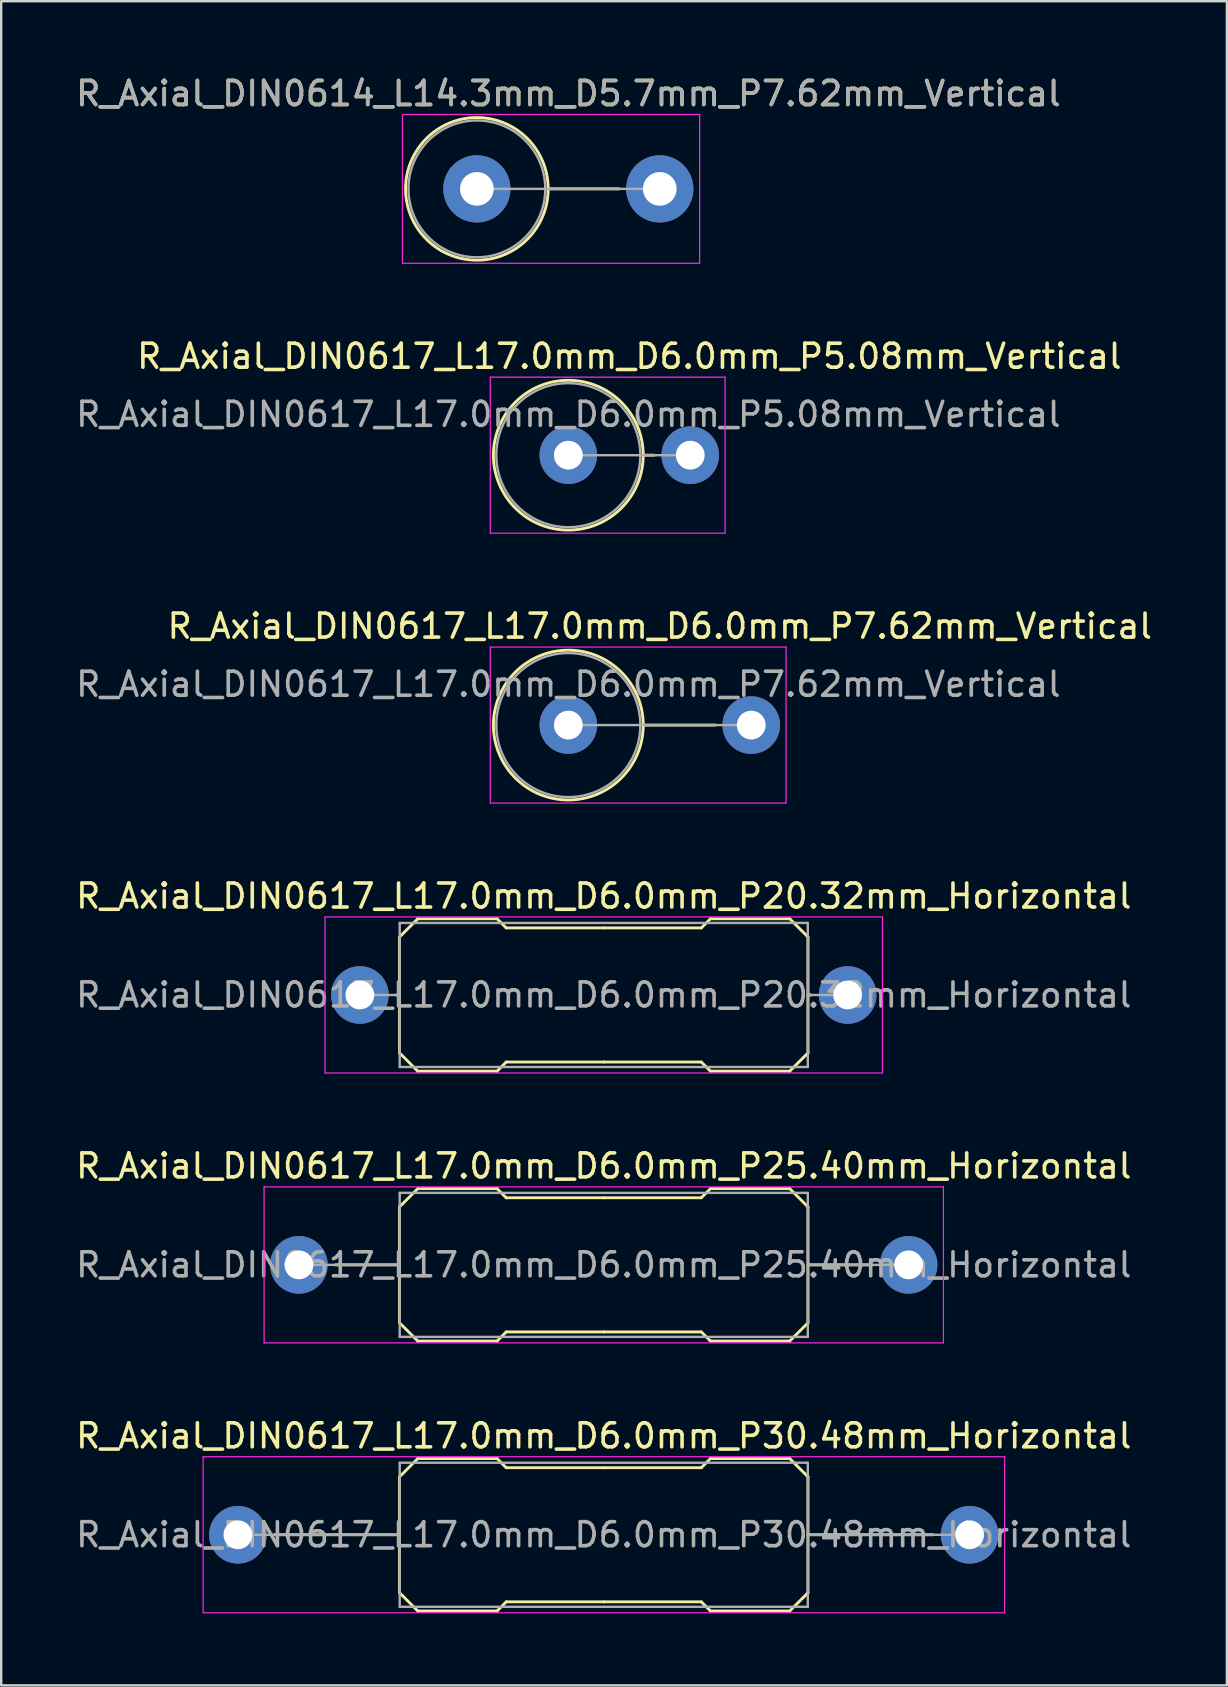
<source format=kicad_pcb>
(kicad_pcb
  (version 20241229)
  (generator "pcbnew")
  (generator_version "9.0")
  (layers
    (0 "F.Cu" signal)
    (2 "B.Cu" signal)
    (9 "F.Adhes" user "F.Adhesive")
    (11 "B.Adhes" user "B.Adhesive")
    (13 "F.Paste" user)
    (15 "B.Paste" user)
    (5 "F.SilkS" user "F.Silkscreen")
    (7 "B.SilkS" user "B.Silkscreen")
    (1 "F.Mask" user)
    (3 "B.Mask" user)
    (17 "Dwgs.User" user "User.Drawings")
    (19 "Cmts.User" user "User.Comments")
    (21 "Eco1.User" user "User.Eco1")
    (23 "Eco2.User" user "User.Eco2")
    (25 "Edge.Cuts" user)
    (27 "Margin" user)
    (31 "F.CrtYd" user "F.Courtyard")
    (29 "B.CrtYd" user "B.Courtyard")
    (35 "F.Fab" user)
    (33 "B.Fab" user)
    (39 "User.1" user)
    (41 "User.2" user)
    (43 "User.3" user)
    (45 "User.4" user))
  (footprint "R_Axial_DIN0614_L14.3mm_D5.7mm_P7.62mm_Vertical"
    (layer "F.Cu")
    (at 16.815 4.818)
    (property "Reference" "R_Axial_DIN0614_L14.3mm_D5.7mm_P7.62mm_Vertical" (at 3.81 -3.97 0) (layer "F.SilkS") (effects (font (size 1 1) (thickness 0.15))))
    (attr through_hole)
    (fp_line (start 2.97 0) (end 5.92 0) (stroke (width 0.12) (type solid)) (layer "F.SilkS"))
    (fp_circle (center 0 0) (end 2.97 0) (stroke (width 0.12) (type solid)) (fill no) (layer "F.SilkS"))
    (fp_line (start -3.1 -3.1) (end -3.1 3.1) (stroke (width 0.05) (type solid)) (layer "F.CrtYd"))
    (fp_line (start -3.1 3.1) (end 9.28 3.1) (stroke (width 0.05) (type solid)) (layer "F.CrtYd"))
    (fp_line (start 9.28 -3.1) (end -3.1 -3.1) (stroke (width 0.05) (type solid)) (layer "F.CrtYd"))
    (fp_line (start 9.28 3.1) (end 9.28 -3.1) (stroke (width 0.05) (type solid)) (layer "F.CrtYd"))
    (fp_line (start 0 0) (end 7.62 0) (stroke (width 0.1) (type solid)) (layer "F.Fab"))
    (fp_circle (center 0 0) (end 2.85 0) (stroke (width 0.1) (type solid)) (fill no) (layer "F.Fab"))
    (fp_text user "${REFERENCE}" (at 3.81 -3.97 0) (layer "F.Fab") (effects (font (size 1 1) (thickness 0.15))))
    (pad "1" thru_hole circle (at 0 0) (size 2.8 2.8) (drill 1.4) (layers "*.Cu" "*.Mask"))
    (pad "2" thru_hole oval (at 7.62 0) (size 2.8 2.8) (drill 1.4) (layers "*.Cu" "*.Mask")))
  (footprint "R_Axial_DIN0617_L17.0mm_D6.0mm_P20.32mm_Horizontal"
    (layer "F.Cu")
    (at 11.941 38.398)
    (property "Reference" "R_Axial_DIN0617_L17.0mm_D6.0mm_P20.32mm_Horizontal" (at 10.16 -4.12 0) (layer "F.SilkS") (effects (font (size 1 1) (thickness 0.15))))
    (attr through_hole)
    (fp_line (start 1.651 -2.413) (end 1.651 2.413) (stroke (width 0.12) (type solid)) (layer "F.SilkS"))
    (fp_line (start 1.651 -2.413) (end 2.413 -3.175) (stroke (width 0.12) (type solid)) (layer "F.SilkS"))
    (fp_line (start 1.651 0) (end 1.524 0) (stroke (width 0.12) (type solid)) (layer "F.SilkS"))
    (fp_line (start 1.651 2.413) (end 2.413 3.175) (stroke (width 0.12) (type solid)) (layer "F.SilkS"))
    (fp_line (start 2.413 -3.175) (end 5.715 -3.175) (stroke (width 0.12) (type solid)) (layer "F.SilkS"))
    (fp_line (start 2.413 3.175) (end 5.715 3.175) (stroke (width 0.12) (type solid)) (layer "F.SilkS"))
    (fp_line (start 5.715 -3.175) (end 6.096 -2.794) (stroke (width 0.12) (type solid)) (layer "F.SilkS"))
    (fp_line (start 5.715 3.175) (end 6.096 2.794) (stroke (width 0.12) (type solid)) (layer "F.SilkS"))
    (fp_line (start 6.096 -2.794) (end 10.16 -2.794) (stroke (width 0.12) (type solid)) (layer "F.SilkS"))
    (fp_line (start 6.096 2.794) (end 10.16 2.794) (stroke (width 0.12) (type solid)) (layer "F.SilkS"))
    (fp_line (start 14.224 -2.794) (end 10.16 -2.794) (stroke (width 0.12) (type solid)) (layer "F.SilkS"))
    (fp_line (start 14.224 2.794) (end 10.16 2.794) (stroke (width 0.12) (type solid)) (layer "F.SilkS"))
    (fp_line (start 14.605 -3.175) (end 14.224 -2.794) (stroke (width 0.12) (type solid)) (layer "F.SilkS"))
    (fp_line (start 14.605 3.175) (end 14.224 2.794) (stroke (width 0.12) (type solid)) (layer "F.SilkS"))
    (fp_line (start 17.907 -3.175) (end 14.605 -3.175) (stroke (width 0.12) (type solid)) (layer "F.SilkS"))
    (fp_line (start 17.907 3.175) (end 14.605 3.175) (stroke (width 0.12) (type solid)) (layer "F.SilkS"))
    (fp_line (start 18.669 -2.413) (end 17.907 -3.175) (stroke (width 0.12) (type solid)) (layer "F.SilkS"))
    (fp_line (start 18.669 0) (end 18.796 0) (stroke (width 0.12) (type solid)) (layer "F.SilkS"))
    (fp_line (start 18.669 2.413) (end 17.907 3.175) (stroke (width 0.12) (type solid)) (layer "F.SilkS"))
    (fp_line (start 18.669 2.413) (end 18.669 -2.413) (stroke (width 0.12) (type solid)) (layer "F.SilkS"))
    (fp_line (start -1.45 -3.25) (end -1.45 3.25) (stroke (width 0.05) (type solid)) (layer "F.CrtYd"))
    (fp_line (start -1.45 3.25) (end 21.77 3.25) (stroke (width 0.05) (type solid)) (layer "F.CrtYd"))
    (fp_line (start 21.77 -3.25) (end -1.45 -3.25) (stroke (width 0.05) (type solid)) (layer "F.CrtYd"))
    (fp_line (start 21.77 3.25) (end 21.77 -3.25) (stroke (width 0.05) (type solid)) (layer "F.CrtYd"))
    (fp_line (start 0 0) (end 1.66 0) (stroke (width 0.1) (type solid)) (layer "F.Fab"))
    (fp_line (start 1.66 -3) (end 1.66 3) (stroke (width 0.1) (type solid)) (layer "F.Fab"))
    (fp_line (start 1.66 3) (end 18.66 3) (stroke (width 0.1) (type solid)) (layer "F.Fab"))
    (fp_line (start 18.66 -3) (end 1.66 -3) (stroke (width 0.1) (type solid)) (layer "F.Fab"))
    (fp_line (start 18.66 3) (end 18.66 -3) (stroke (width 0.1) (type solid)) (layer "F.Fab"))
    (fp_line (start 20.32 0) (end 18.66 0) (stroke (width 0.1) (type solid)) (layer "F.Fab"))
    (fp_text user "${REFERENCE}" (at 10.16 0 0) (layer "F.Fab") (effects (font (size 1 1) (thickness 0.15))))
    (pad "1" thru_hole circle (at 0 0) (size 2.4 2.4) (drill 1.2) (layers "*.Cu" "*.Mask"))
    (pad "2" thru_hole oval (at 20.32 0) (size 2.4 2.4) (drill 1.2) (layers "*.Cu" "*.Mask")))
  (footprint "R_Axial_DIN0617_L17.0mm_D6.0mm_P25.40mm_Horizontal"
    (layer "F.Cu")
    (at 9.401 49.641)
    (property "Reference" "R_Axial_DIN0617_L17.0mm_D6.0mm_P25.40mm_Horizontal" (at 12.7 -4.12 0) (layer "F.SilkS") (effects (font (size 1 1) (thickness 0.15))))
    (attr through_hole)
    (fp_line (start 4.191 -2.413) (end 4.191 2.413) (stroke (width 0.12) (type solid)) (layer "F.SilkS"))
    (fp_line (start 4.191 -2.413) (end 4.953 -3.175) (stroke (width 0.12) (type solid)) (layer "F.SilkS"))
    (fp_line (start 4.191 0) (end 1.524 0) (stroke (width 0.12) (type solid)) (layer "F.SilkS"))
    (fp_line (start 4.191 2.413) (end 4.953 3.175) (stroke (width 0.12) (type solid)) (layer "F.SilkS"))
    (fp_line (start 4.953 -3.175) (end 8.255 -3.175) (stroke (width 0.12) (type solid)) (layer "F.SilkS"))
    (fp_line (start 4.953 3.175) (end 8.255 3.175) (stroke (width 0.12) (type solid)) (layer "F.SilkS"))
    (fp_line (start 8.255 -3.175) (end 8.636 -2.794) (stroke (width 0.12) (type solid)) (layer "F.SilkS"))
    (fp_line (start 8.255 3.175) (end 8.636 2.794) (stroke (width 0.12) (type solid)) (layer "F.SilkS"))
    (fp_line (start 8.636 -2.794) (end 12.7 -2.794) (stroke (width 0.12) (type solid)) (layer "F.SilkS"))
    (fp_line (start 8.636 2.794) (end 12.7 2.794) (stroke (width 0.12) (type solid)) (layer "F.SilkS"))
    (fp_line (start 16.764 -2.794) (end 12.7 -2.794) (stroke (width 0.12) (type solid)) (layer "F.SilkS"))
    (fp_line (start 16.764 2.794) (end 12.7 2.794) (stroke (width 0.12) (type solid)) (layer "F.SilkS"))
    (fp_line (start 17.145 -3.175) (end 16.764 -2.794) (stroke (width 0.12) (type solid)) (layer "F.SilkS"))
    (fp_line (start 17.145 3.175) (end 16.764 2.794) (stroke (width 0.12) (type solid)) (layer "F.SilkS"))
    (fp_line (start 20.447 -3.175) (end 17.145 -3.175) (stroke (width 0.12) (type solid)) (layer "F.SilkS"))
    (fp_line (start 20.447 3.175) (end 17.145 3.175) (stroke (width 0.12) (type solid)) (layer "F.SilkS"))
    (fp_line (start 21.209 -2.413) (end 20.447 -3.175) (stroke (width 0.12) (type solid)) (layer "F.SilkS"))
    (fp_line (start 21.209 0) (end 23.876 0) (stroke (width 0.12) (type solid)) (layer "F.SilkS"))
    (fp_line (start 21.209 2.413) (end 20.447 3.175) (stroke (width 0.12) (type solid)) (layer "F.SilkS"))
    (fp_line (start 21.209 2.413) (end 21.209 -2.413) (stroke (width 0.12) (type solid)) (layer "F.SilkS"))
    (fp_line (start -1.45 -3.25) (end -1.45 3.25) (stroke (width 0.05) (type solid)) (layer "F.CrtYd"))
    (fp_line (start -1.45 3.25) (end 26.85 3.25) (stroke (width 0.05) (type solid)) (layer "F.CrtYd"))
    (fp_line (start 26.85 -3.25) (end -1.45 -3.25) (stroke (width 0.05) (type solid)) (layer "F.CrtYd"))
    (fp_line (start 26.85 3.25) (end 26.85 -3.25) (stroke (width 0.05) (type solid)) (layer "F.CrtYd"))
    (fp_line (start 0 0) (end 4.2 0) (stroke (width 0.1) (type solid)) (layer "F.Fab"))
    (fp_line (start 4.2 -3) (end 4.2 3) (stroke (width 0.1) (type solid)) (layer "F.Fab"))
    (fp_line (start 4.2 3) (end 21.2 3) (stroke (width 0.1) (type solid)) (layer "F.Fab"))
    (fp_line (start 21.2 -3) (end 4.2 -3) (stroke (width 0.1) (type solid)) (layer "F.Fab"))
    (fp_line (start 21.2 3) (end 21.2 -3) (stroke (width 0.1) (type solid)) (layer "F.Fab"))
    (fp_line (start 25.4 0) (end 21.2 0) (stroke (width 0.1) (type solid)) (layer "F.Fab"))
    (fp_text user "${REFERENCE}" (at 12.7 0 0) (layer "F.Fab") (effects (font (size 1 1) (thickness 0.15))))
    (pad "1" thru_hole circle (at 0 0) (size 2.4 2.4) (drill 1.2) (layers "*.Cu" "*.Mask"))
    (pad "2" thru_hole oval (at 25.4 0) (size 2.4 2.4) (drill 1.2) (layers "*.Cu" "*.Mask")))
  (footprint "R_Axial_DIN0617_L17.0mm_D6.0mm_P30.48mm_Horizontal"
    (layer "F.Cu")
    (at 6.861 60.885)
    (property "Reference" "R_Axial_DIN0617_L17.0mm_D6.0mm_P30.48mm_Horizontal" (at 15.24 -4.12 0) (layer "F.SilkS") (effects (font (size 1 1) (thickness 0.15))))
    (attr through_hole)
    (fp_line (start 6.731 -2.413) (end 6.731 2.413) (stroke (width 0.12) (type solid)) (layer "F.SilkS"))
    (fp_line (start 6.731 -2.413) (end 7.493 -3.175) (stroke (width 0.12) (type solid)) (layer "F.SilkS"))
    (fp_line (start 6.731 0) (end 1.524 0) (stroke (width 0.12) (type solid)) (layer "F.SilkS"))
    (fp_line (start 6.731 2.413) (end 7.493 3.175) (stroke (width 0.12) (type solid)) (layer "F.SilkS"))
    (fp_line (start 7.493 -3.175) (end 10.795 -3.175) (stroke (width 0.12) (type solid)) (layer "F.SilkS"))
    (fp_line (start 7.493 3.175) (end 10.795 3.175) (stroke (width 0.12) (type solid)) (layer "F.SilkS"))
    (fp_line (start 10.795 -3.175) (end 11.176 -2.794) (stroke (width 0.12) (type solid)) (layer "F.SilkS"))
    (fp_line (start 10.795 3.175) (end 11.176 2.794) (stroke (width 0.12) (type solid)) (layer "F.SilkS"))
    (fp_line (start 11.176 -2.794) (end 15.24 -2.794) (stroke (width 0.12) (type solid)) (layer "F.SilkS"))
    (fp_line (start 11.176 2.794) (end 15.24 2.794) (stroke (width 0.12) (type solid)) (layer "F.SilkS"))
    (fp_line (start 19.304 -2.794) (end 15.24 -2.794) (stroke (width 0.12) (type solid)) (layer "F.SilkS"))
    (fp_line (start 19.304 2.794) (end 15.24 2.794) (stroke (width 0.12) (type solid)) (layer "F.SilkS"))
    (fp_line (start 19.685 -3.175) (end 19.304 -2.794) (stroke (width 0.12) (type solid)) (layer "F.SilkS"))
    (fp_line (start 19.685 3.175) (end 19.304 2.794) (stroke (width 0.12) (type solid)) (layer "F.SilkS"))
    (fp_line (start 22.987 -3.175) (end 19.685 -3.175) (stroke (width 0.12) (type solid)) (layer "F.SilkS"))
    (fp_line (start 22.987 3.175) (end 19.685 3.175) (stroke (width 0.12) (type solid)) (layer "F.SilkS"))
    (fp_line (start 23.749 -2.413) (end 22.987 -3.175) (stroke (width 0.12) (type solid)) (layer "F.SilkS"))
    (fp_line (start 23.749 0) (end 28.956 0) (stroke (width 0.12) (type solid)) (layer "F.SilkS"))
    (fp_line (start 23.749 2.413) (end 22.987 3.175) (stroke (width 0.12) (type solid)) (layer "F.SilkS"))
    (fp_line (start 23.749 2.413) (end 23.749 -2.413) (stroke (width 0.12) (type solid)) (layer "F.SilkS"))
    (fp_line (start -1.45 -3.25) (end -1.45 3.25) (stroke (width 0.05) (type solid)) (layer "F.CrtYd"))
    (fp_line (start -1.45 3.25) (end 31.94 3.25) (stroke (width 0.05) (type solid)) (layer "F.CrtYd"))
    (fp_line (start 31.94 -3.25) (end -1.45 -3.25) (stroke (width 0.05) (type solid)) (layer "F.CrtYd"))
    (fp_line (start 31.94 3.25) (end 31.94 -3.25) (stroke (width 0.05) (type solid)) (layer "F.CrtYd"))
    (fp_line (start 0 0) (end 6.74 0) (stroke (width 0.1) (type solid)) (layer "F.Fab"))
    (fp_line (start 6.74 -3) (end 6.74 3) (stroke (width 0.1) (type solid)) (layer "F.Fab"))
    (fp_line (start 6.74 3) (end 23.74 3) (stroke (width 0.1) (type solid)) (layer "F.Fab"))
    (fp_line (start 23.74 -3) (end 6.74 -3) (stroke (width 0.1) (type solid)) (layer "F.Fab"))
    (fp_line (start 23.74 3) (end 23.74 -3) (stroke (width 0.1) (type solid)) (layer "F.Fab"))
    (fp_line (start 30.48 0) (end 23.74 0) (stroke (width 0.1) (type solid)) (layer "F.Fab"))
    (fp_text user "${REFERENCE}" (at 15.24 0 0) (layer "F.Fab") (effects (font (size 1 1) (thickness 0.15))))
    (pad "1" thru_hole circle (at 0 0) (size 2.4 2.4) (drill 1.2) (layers "*.Cu" "*.Mask"))
    (pad "2" thru_hole oval (at 30.48 0) (size 2.4 2.4) (drill 1.2) (layers "*.Cu" "*.Mask")))
  (footprint "R_Axial_DIN0617_L17.0mm_D6.0mm_P5.08mm_Vertical"
    (layer "F.Cu")
    (at 20.625 15.912)
    (property "Reference" "R_Axial_DIN0617_L17.0mm_D6.0mm_P5.08mm_Vertical" (at 2.54 -4.12 0) (layer "F.SilkS") (effects (font (size 1 1) (thickness 0.15))))
    (attr through_hole)
    (fp_line (start 3.12 0) (end 3.58 0) (stroke (width 0.12) (type solid)) (layer "F.SilkS"))
    (fp_circle (center 0 0) (end 3.12 0) (stroke (width 0.12) (type solid)) (fill no) (layer "F.SilkS"))
    (fp_line (start -3.25 -3.25) (end -3.25 3.25) (stroke (width 0.05) (type solid)) (layer "F.CrtYd"))
    (fp_line (start -3.25 3.25) (end 6.53 3.25) (stroke (width 0.05) (type solid)) (layer "F.CrtYd"))
    (fp_line (start 6.53 -3.25) (end -3.25 -3.25) (stroke (width 0.05) (type solid)) (layer "F.CrtYd"))
    (fp_line (start 6.53 3.25) (end 6.53 -3.25) (stroke (width 0.05) (type solid)) (layer "F.CrtYd"))
    (fp_line (start 0 0) (end 5.08 0) (stroke (width 0.1) (type solid)) (layer "F.Fab"))
    (fp_circle (center 0 0) (end 3 0) (stroke (width 0.1) (type solid)) (fill no) (layer "F.Fab"))
    (fp_text user "${REFERENCE}" (at 0 -1.7 0) (layer "F.Fab") (effects (font (size 1 1) (thickness 0.15))))
    (pad "1" thru_hole circle (at 0 0) (size 2.4 2.4) (drill 1.2) (layers "*.Cu" "*.Mask"))
    (pad "2" thru_hole oval (at 5.08 0) (size 2.4 2.4) (drill 1.2) (layers "*.Cu" "*.Mask")))
  (footprint "R_Axial_DIN0617_L17.0mm_D6.0mm_P7.62mm_Vertical"
    (layer "F.Cu")
    (at 20.625 27.155)
    (property "Reference" "R_Axial_DIN0617_L17.0mm_D6.0mm_P7.62mm_Vertical" (at 3.81 -4.12 0) (layer "F.SilkS") (effects (font (size 1 1) (thickness 0.15))))
    (attr through_hole)
    (fp_line (start 3.12 0) (end 6.12 0) (stroke (width 0.12) (type solid)) (layer "F.SilkS"))
    (fp_circle (center 0 0) (end 3.12 0) (stroke (width 0.12) (type solid)) (fill no) (layer "F.SilkS"))
    (fp_line (start -3.25 -3.25) (end -3.25 3.25) (stroke (width 0.05) (type solid)) (layer "F.CrtYd"))
    (fp_line (start -3.25 3.25) (end 9.07 3.25) (stroke (width 0.05) (type solid)) (layer "F.CrtYd"))
    (fp_line (start 9.07 -3.25) (end -3.25 -3.25) (stroke (width 0.05) (type solid)) (layer "F.CrtYd"))
    (fp_line (start 9.07 3.25) (end 9.07 -3.25) (stroke (width 0.05) (type solid)) (layer "F.CrtYd"))
    (fp_line (start 0 0) (end 7.62 0) (stroke (width 0.1) (type solid)) (layer "F.Fab"))
    (fp_circle (center 0 0) (end 3 0) (stroke (width 0.1) (type solid)) (fill no) (layer "F.Fab"))
    (fp_text user "${REFERENCE}" (at 0 -1.7 0) (layer "F.Fab") (effects (font (size 1 1) (thickness 0.15))))
    (pad "1" thru_hole circle (at 0 0) (size 2.4 2.4) (drill 1.2) (layers "*.Cu" "*.Mask"))
    (pad "2" thru_hole oval (at 7.62 0) (size 2.4 2.4) (drill 1.2) (layers "*.Cu" "*.Mask")))
  (gr_rect
    (start -3 -3)
    (end 48.06 67.159)
    (stroke (width 0.1) (type default))
    (fill no)
    (layer "Edge.Cuts")))
</source>
